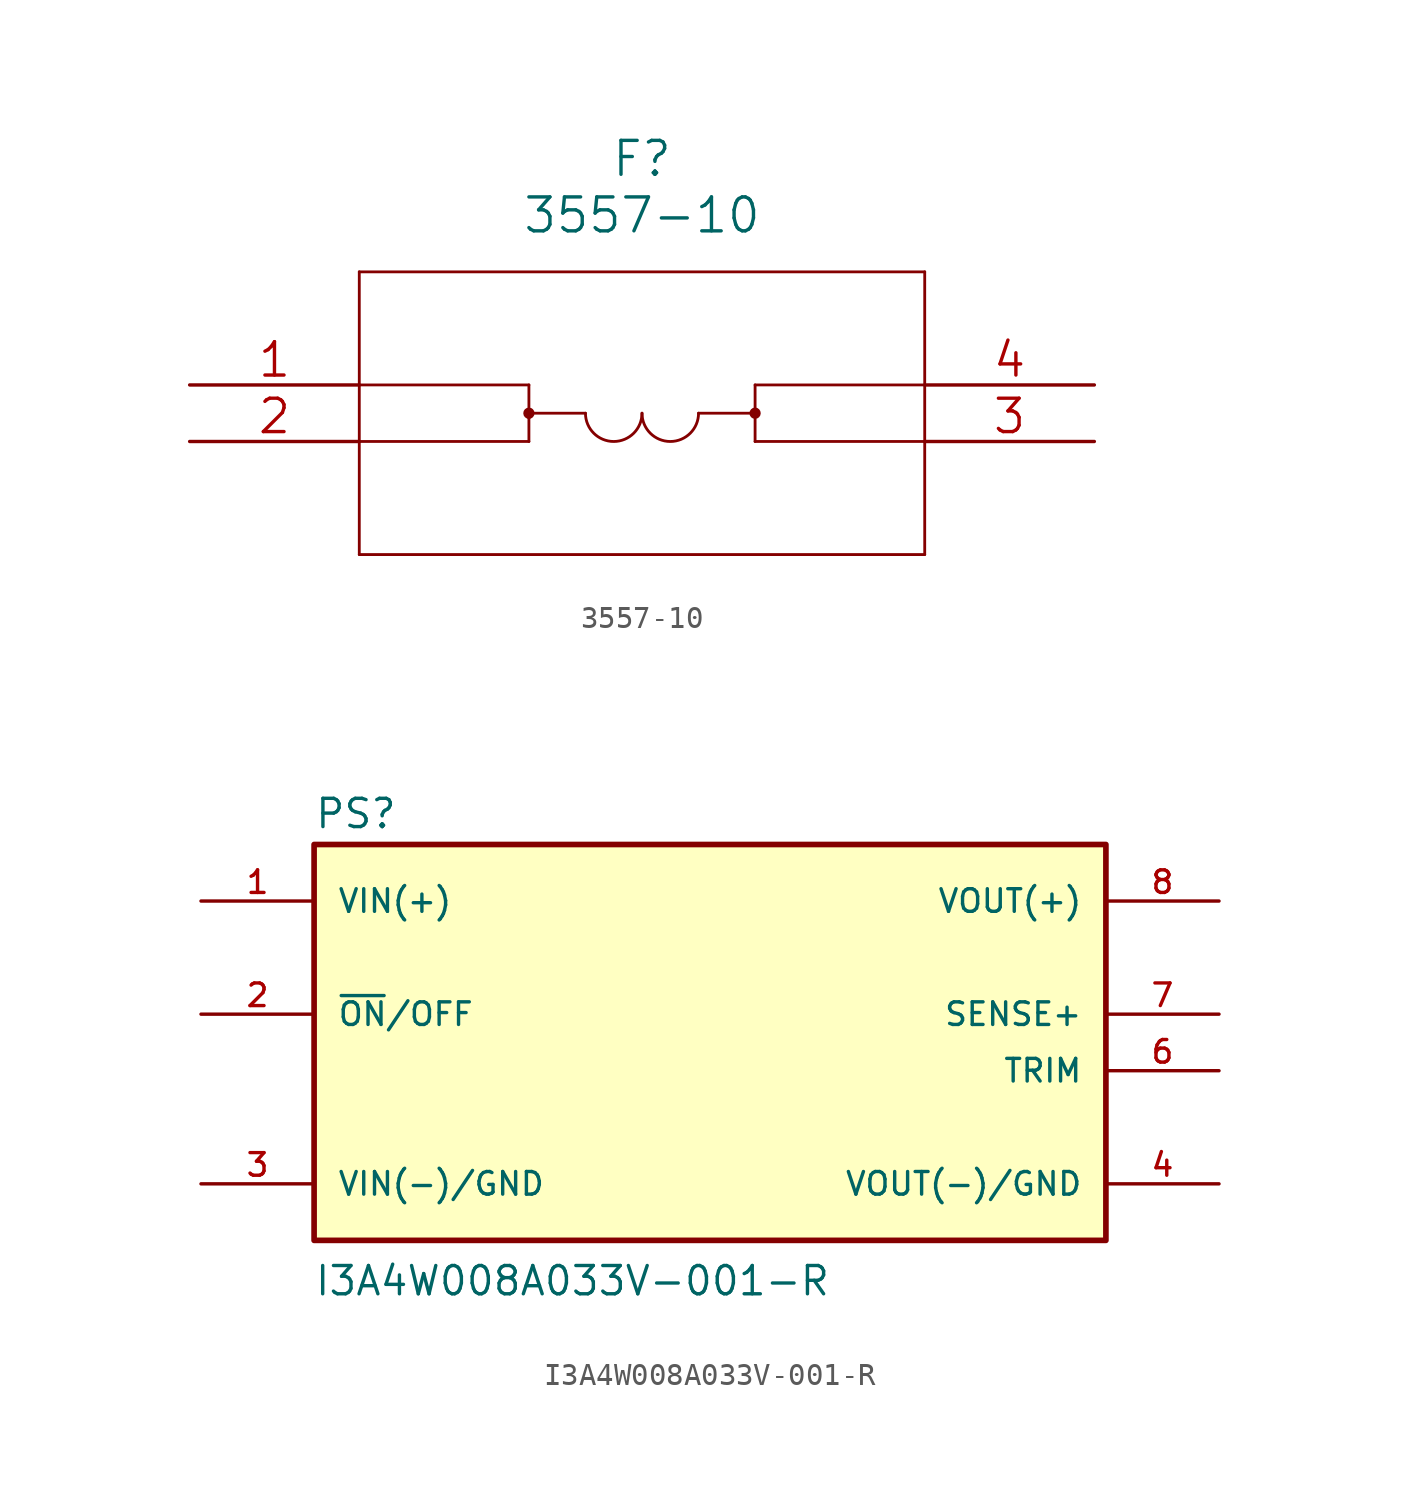
<source format=kicad_sym>
(kicad_symbol_lib
  (version 20231120)
  (generator "kicad_symbol_editor")
  (generator_version "8.0")
  (symbol "3557-10"
    (pin_names
      (offset 0.254) hide)
    (property "Reference" "F"
      (at 20.32 10.16 0)
      (effects (font (size 1.524 1.524))))
    (property "Value" "3557-10"
      (at 20.32 7.62 0)
      (effects (font (size 1.524 1.524))))
    (property "Datasheet" ""
      (at 0 0 0)
      (effects (font (size 1.524 1.524))))
    (property "ki_locked" ""
      (at 0 0 0)
      (effects (font (size 1.27 1.27))))
    (symbol "3557-10_1_1"
      (polyline (pts (xy 7.62 -7.62) (xy 33.02 -7.62)) (stroke (width 0.127) (type default)) (fill (type none)))
      (polyline (pts (xy 7.62 -2.54) (xy 15.24 -2.54)) (stroke (width 0.127) (type default)) (fill (type none)))
      (polyline (pts (xy 7.62 0) (xy 15.24 0)) (stroke (width 0.127) (type default)) (fill (type none)))
      (polyline (pts (xy 7.62 5.08) (xy 7.62 -7.62)) (stroke (width 0.127) (type default)) (fill (type none)))
      (polyline (pts (xy 15.24 -1.27) (xy 17.78 -1.27)) (stroke (width 0.127) (type default)) (fill (type none)))
      (polyline (pts (xy 15.24 0) (xy 15.24 -2.54)) (stroke (width 0.127) (type default)) (fill (type none)))
      (polyline (pts (xy 22.86 -1.27) (xy 25.4 -1.27)) (stroke (width 0.127) (type default)) (fill (type none)))
      (polyline (pts (xy 25.4 -2.54) (xy 25.4 0)) (stroke (width 0.127) (type default)) (fill (type none)))
      (polyline (pts (xy 25.4 0) (xy 33.02 0)) (stroke (width 0.127) (type default)) (fill (type none)))
      (polyline (pts (xy 33.02 -7.62) (xy 33.02 5.08)) (stroke (width 0.127) (type default)) (fill (type none)))
      (polyline (pts (xy 33.02 -2.54) (xy 25.4 -2.54)) (stroke (width 0.127) (type default)) (fill (type none)))
      (polyline (pts (xy 33.02 5.08) (xy 7.62 5.08)) (stroke (width 0.127) (type default)) (fill (type none)))
      (arc (start 15.24 -1.397) (mid 15.24 -1.397) (end 15.24 -1.397) (stroke (width 0.254) (type default)) (fill (type none)))
      (circle (center 15.24 -1.27) (radius 0.127) (stroke (width 0.254) (type default)) (fill (type none)))
      (arc (start 17.78 -1.27) (mid 19.05 -2.5344) (end 20.32 -1.27) (stroke (width 0.127) (type default)) (fill (type none)))
      (arc (start 20.32 -1.27) (mid 21.59 -2.5344) (end 22.86 -1.27) (stroke (width 0.127) (type default)) (fill (type none)))
      (circle (center 25.4 -1.27) (radius 0.127) (stroke (width 0.254) (type default)) (fill (type none)))
      (arc (start 25.4 -1.143) (mid 25.4 -1.143) (end 25.4 -1.143) (stroke (width 0.254) (type default)) (fill (type none)))
      (pin unspecified line (at 0 0 0) (length 7.62) (name "1" (effects (font (size 1.499 1.499)))) (number "1" (effects (font (size 1.499 1.499)))))
      (pin unspecified line (at 0 -2.54 0) (length 7.62) (name "2" (effects (font (size 1.499 1.499)))) (number "2" (effects (font (size 1.499 1.499)))))
      (pin unspecified line (at 40.64 -2.54 180) (length 7.62) (name "3" (effects (font (size 1.499 1.499)))) (number "3" (effects (font (size 1.499 1.499)))))
      (pin unspecified line (at 40.64 0 180) (length 7.62) (name "4" (effects (font (size 1.499 1.499)))) (number "4" (effects (font (size 1.499 1.499)))))))
  (symbol "I3A4W008A033V-001-R"
    (pin_names
      (offset 1.016))
    (property "Reference" "PS"
      (at -17.786 8.261 0)
      (effects (font (size 1.27 1.27)) (justify left bottom)))
    (property "Value" "I3A4W008A033V-001-R"
      (at -17.797 -12.721 0)
      (effects (font (size 1.27 1.27)) (justify left bottom)))
    (symbol "I3A4W008A033V-001-R_0_0"
      (rectangle (start -17.78 7.62) (end 17.78 -10.16) (stroke (width 0.254) (type default)) (fill (type background)))
      (pin input line (at -22.86 5.08 0) (length 5.08) (name "VIN(+)" (effects (font (size 1.016 1.016)))) (number "1" (effects (font (size 1.016 1.016)))))
      (pin input line (at -22.86 0 0) (length 5.08) (name "~{ON}/OFF" (effects (font (size 1.016 1.016)))) (number "2" (effects (font (size 1.016 1.016)))))
      (pin input line (at -22.86 -7.62 0) (length 5.08) (name "VIN(-)/GND" (effects (font (size 1.016 1.016)))) (number "3" (effects (font (size 1.016 1.016)))))
      (pin output line (at 22.86 -7.62 180) (length 5.08) (name "VOUT(-)/GND" (effects (font (size 1.016 1.016)))) (number "4" (effects (font (size 1.016 1.016)))))
      (pin passive line (at 22.86 -2.54 180) (length 5.08) (name "TRIM" (effects (font (size 1.016 1.016)))) (number "6" (effects (font (size 1.016 1.016)))))
      (pin passive line (at 22.86 0 180) (length 5.08) (name "SENSE+" (effects (font (size 1.016 1.016)))) (number "7" (effects (font (size 1.016 1.016)))))
      (pin output line (at 22.86 5.08 180) (length 5.08) (name "VOUT(+)" (effects (font (size 1.016 1.016)))) (number "8" (effects (font (size 1.016 1.016))))))))
</source>
